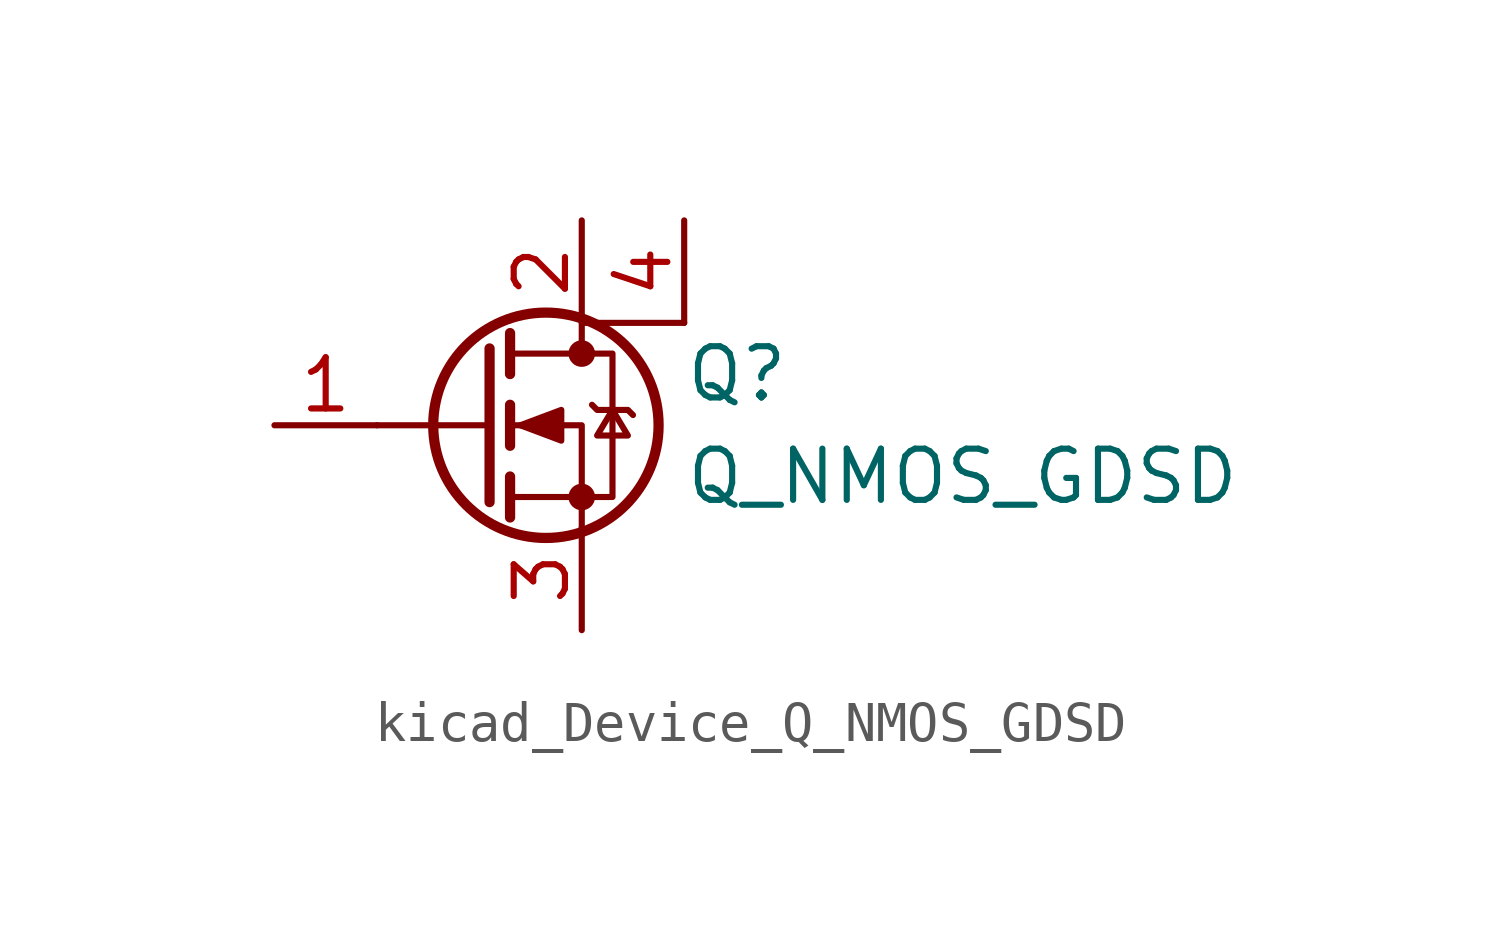
<source format=kicad_sym>
(kicad_symbol_lib
  (version 20220914)
  (generator kicad_symbol_editor)
  (symbol "kicad_Device_Q_NMOS_GDSD"
    (pin_names
      (offset 0) hide)
    (property "Reference" "Q"
      (at 5.08 1.27 0)
      (effects (font (size 1.27 1.27)) (justify left)))
    (property "Value" "Q_NMOS_GDSD"
      (at 5.08 -1.27 0)
      (effects (font (size 1.27 1.27)) (justify left)))
    (symbol "kicad_Device_Q_NMOS_GDSD_0_1"
      (polyline (pts (xy 0.254 0) (xy -2.54 0)) (stroke (width 0) (type default)) (fill (type none)))
      (polyline (pts (xy 0.254 1.905) (xy 0.254 -1.905)) (stroke (width 0.254) (type default)) (fill (type none)))
      (polyline (pts (xy 0.762 -1.27) (xy 0.762 -2.286)) (stroke (width 0.254) (type default)) (fill (type none)))
      (polyline (pts (xy 0.762 0.508) (xy 0.762 -0.508)) (stroke (width 0.254) (type default)) (fill (type none)))
      (polyline (pts (xy 0.762 2.286) (xy 0.762 1.27)) (stroke (width 0.254) (type default)) (fill (type none)))
      (polyline (pts (xy 2.54 -2.54) (xy 2.54 0) (xy 0.762 0)) (stroke (width 0) (type default)) (fill (type none)))
      (polyline (pts (xy 5.08 2.54) (xy 2.54 2.54) (xy 2.54 1.778)) (stroke (width 0) (type default)) (fill (type none)))
      (polyline (pts (xy 0.762 -1.778) (xy 3.302 -1.778) (xy 3.302 1.778) (xy 0.762 1.778)) (stroke (width 0) (type default)) (fill (type none)))
      (polyline (pts (xy 1.016 0) (xy 2.032 0.381) (xy 2.032 -0.381) (xy 1.016 0)) (stroke (width 0) (type default)) (fill (type outline)))
      (polyline (pts (xy 2.794 0.508) (xy 2.921 0.381) (xy 3.683 0.381) (xy 3.81 0.254)) (stroke (width 0) (type default)) (fill (type none)))
      (polyline (pts (xy 3.302 0.381) (xy 2.921 -0.254) (xy 3.683 -0.254) (xy 3.302 0.381)) (stroke (width 0) (type default)) (fill (type none)))
      (circle (center 1.651 0) (radius 2.794) (stroke (width 0.254) (type default)) (fill (type none)))
      (circle (center 2.54 -1.778) (radius 0.254) (stroke (width 0) (type default)) (fill (type outline)))
      (circle (center 2.54 1.778) (radius 0.254) (stroke (width 0) (type default)) (fill (type outline))))
    (symbol "kicad_Device_Q_NMOS_GDSD_1_1"
      (pin input line (at -5.08 0 0) (length 2.54) (name "G" (effects (font (size 1.27 1.27)))) (number "1" (effects (font (size 1.27 1.27)))))
      (pin passive line (at 2.54 5.08 270) (length 2.54) (name "D" (effects (font (size 1.27 1.27)))) (number "2" (effects (font (size 1.27 1.27)))))
      (pin passive line (at 2.54 -5.08 90) (length 2.54) (name "S" (effects (font (size 1.27 1.27)))) (number "3" (effects (font (size 1.27 1.27)))))
      (pin passive line (at 5.08 5.08 270) (length 2.54) (name "D" (effects (font (size 1.27 1.27)))) (number "4" (effects (font (size 1.27 1.27))))))))
</source>
